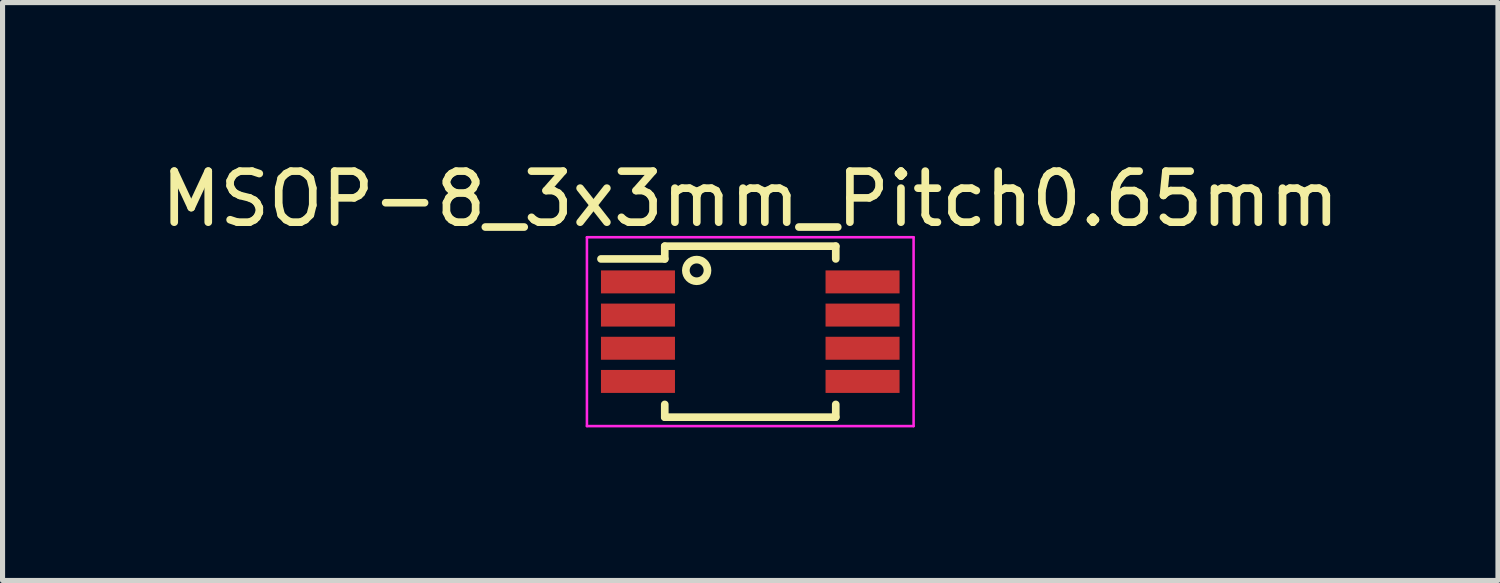
<source format=kicad_pcb>
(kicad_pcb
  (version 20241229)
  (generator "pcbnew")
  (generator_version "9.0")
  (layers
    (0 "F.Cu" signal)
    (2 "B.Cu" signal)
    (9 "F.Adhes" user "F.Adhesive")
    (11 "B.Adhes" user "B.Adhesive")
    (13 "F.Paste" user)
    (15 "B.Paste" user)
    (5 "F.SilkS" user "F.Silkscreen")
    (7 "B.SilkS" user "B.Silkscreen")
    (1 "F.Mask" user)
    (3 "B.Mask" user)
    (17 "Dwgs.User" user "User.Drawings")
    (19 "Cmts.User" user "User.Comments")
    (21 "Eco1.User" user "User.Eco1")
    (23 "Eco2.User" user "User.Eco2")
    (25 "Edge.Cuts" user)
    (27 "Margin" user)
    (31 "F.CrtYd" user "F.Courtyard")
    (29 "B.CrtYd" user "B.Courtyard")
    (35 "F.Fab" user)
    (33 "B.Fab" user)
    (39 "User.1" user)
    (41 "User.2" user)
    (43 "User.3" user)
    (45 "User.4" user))
  (footprint "MSOP-8_3x3mm_Pitch0.65mm"
    (layer "F.Cu")
    (at 11.649 3.448)
    (property "Reference" "MSOP-8_3x3mm_Pitch0.65mm" (at 0 -2.6 0) (layer "F.SilkS") (effects (font (size 1 1) (thickness 0.15))))
    (attr smd)
    (fp_line (start -1.675 -1.675) (end -1.675 -1.425) (stroke (width 0.15) (type solid)) (layer "F.SilkS"))
    (fp_line (start -1.675 -1.675) (end 1.675 -1.675) (stroke (width 0.15) (type solid)) (layer "F.SilkS"))
    (fp_line (start -1.675 -1.425) (end -2.925 -1.425) (stroke (width 0.15) (type solid)) (layer "F.SilkS"))
    (fp_line (start -1.675 1.675) (end -1.675 1.425) (stroke (width 0.15) (type solid)) (layer "F.SilkS"))
    (fp_line (start -1.675 1.675) (end 1.675 1.675) (stroke (width 0.15) (type solid)) (layer "F.SilkS"))
    (fp_line (start 1.675 -1.675) (end 1.675 -1.425) (stroke (width 0.15) (type solid)) (layer "F.SilkS"))
    (fp_line (start 1.675 1.675) (end 1.675 1.425) (stroke (width 0.15) (type solid)) (layer "F.SilkS"))
    (fp_circle (center -1.05 -1.2) (end -0.9 -1.05) (stroke (width 0.15) (type solid)) (fill no) (layer "F.SilkS"))
    (fp_line (start -3.2 -1.85) (end -3.2 1.85) (stroke (width 0.05) (type solid)) (layer "F.CrtYd"))
    (fp_line (start -3.2 -1.85) (end 3.2 -1.85) (stroke (width 0.05) (type solid)) (layer "F.CrtYd"))
    (fp_line (start -3.2 1.85) (end 3.2 1.85) (stroke (width 0.05) (type solid)) (layer "F.CrtYd"))
    (fp_line (start 3.2 -1.85) (end 3.2 1.85) (stroke (width 0.05) (type solid)) (layer "F.CrtYd"))
    (pad "1" smd rect (at -2.2 -0.975) (size 1.45 0.45) (layers "F.Cu" "F.Mask" "F.Paste"))
    (pad "2" smd rect (at -2.2 -0.325) (size 1.45 0.45) (layers "F.Cu" "F.Mask" "F.Paste"))
    (pad "3" smd rect (at -2.2 0.325) (size 1.45 0.45) (layers "F.Cu" "F.Mask" "F.Paste"))
    (pad "4" smd rect (at -2.2 0.975) (size 1.45 0.45) (layers "F.Cu" "F.Mask" "F.Paste"))
    (pad "5" smd rect (at 2.2 0.975) (size 1.45 0.45) (layers "F.Cu" "F.Mask" "F.Paste"))
    (pad "6" smd rect (at 2.2 0.325) (size 1.45 0.45) (layers "F.Cu" "F.Mask" "F.Paste"))
    (pad "7" smd rect (at 2.2 -0.325) (size 1.45 0.45) (layers "F.Cu" "F.Mask" "F.Paste"))
    (pad "8" smd rect (at 2.2 -0.975) (size 1.45 0.45) (layers "F.Cu" "F.Mask" "F.Paste")))
  (gr_rect
    (start -3 -3)
    (end 26.298 8.323)
    (stroke (width 0.1) (type default))
    (fill no)
    (layer "Edge.Cuts")))
</source>
